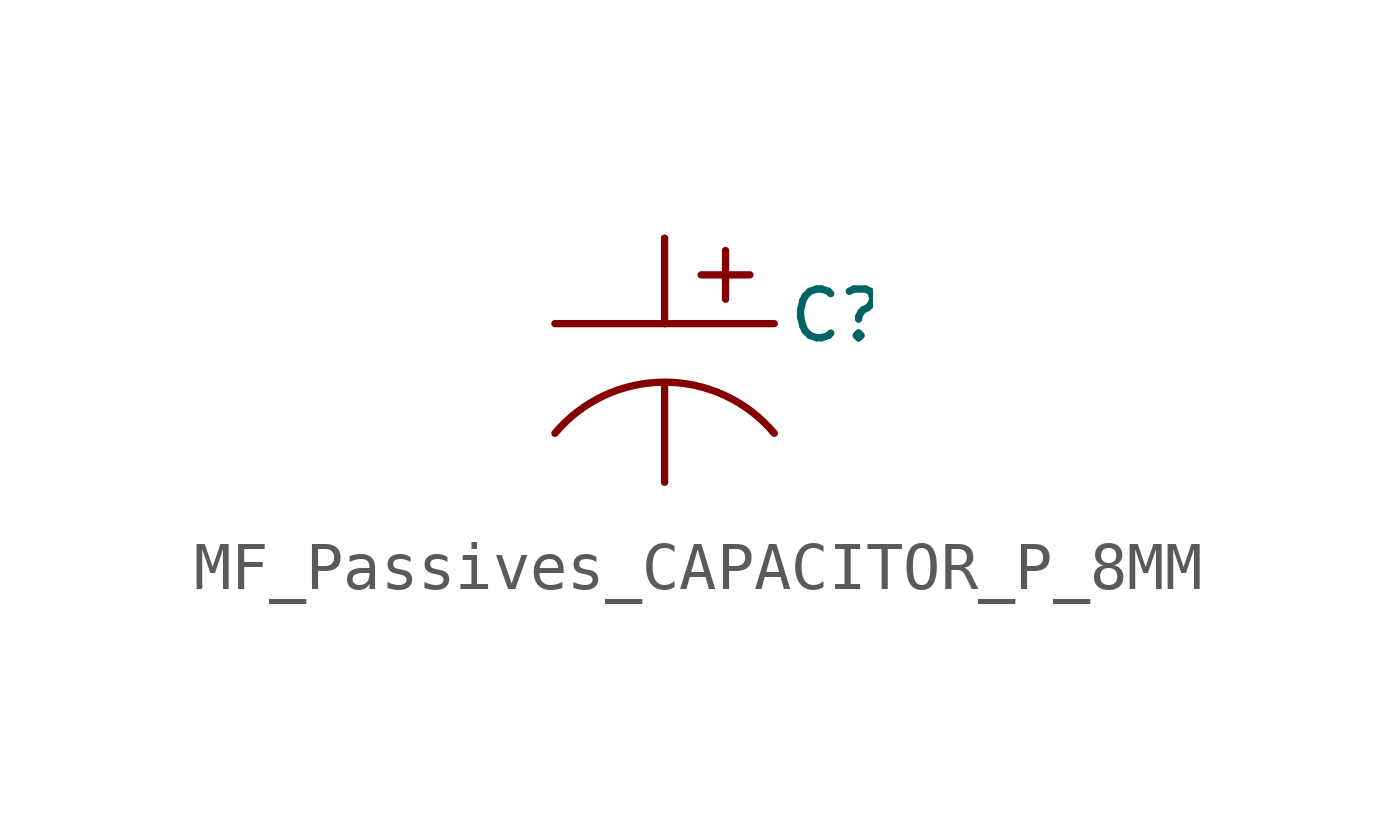
<source format=kicad_sym>
(kicad_symbol_lib
  (version 20220914)
  (generator kicad_symbol_editor)
  (symbol "MF_Passives_CAPACITOR_P_8MM"
    (property "Reference" "C"
      (at 2.54 1.524 0)
      (effects (font (size 1.016 1.016)) (justify left top)))
    (property "Value" ""
      (at 2.54 -1.524 0)
      (effects (font (size 1.016 1.016)) (justify left bottom)))
    (property "ki_locked" ""
      (at 0 0 0)
      (effects (font (size 1.27 1.27))))
    (symbol "MF_Passives_CAPACITOR_P_8MM_1_0"
      (polyline (pts (xy -2.286 0.762) (xy 0 0.762)) (stroke (width 0.152) (type solid)) (fill (type none)))
      (polyline (pts (xy 0 -2.54) (xy 0 -0.508)) (stroke (width 0.152) (type solid)) (fill (type none)))
      (polyline (pts (xy 0 0.762) (xy 2.286 0.762)) (stroke (width 0.152) (type solid)) (fill (type none)))
      (polyline (pts (xy 0 2.54) (xy 0 0.762)) (stroke (width 0.152) (type solid)) (fill (type none)))
      (polyline (pts (xy 1.27 2.286) (xy 1.27 1.27)) (stroke (width 0.152) (type solid)) (fill (type none)))
      (polyline (pts (xy 1.778 1.778) (xy 0.762 1.778)) (stroke (width 0.152) (type solid)) (fill (type none)))
      (arc (start 2.2859 -1.5239) (mid -0.0001 -0.458) (end -2.286 -1.524) (stroke (width 0.1524) (type solid)) (fill (type none)))
      (pin passive line (at 0 2.54 270) (length 0) (name "P$1" (effects (font (size 0 0)))) (number "P$1" (effects (font (size 0 0)))))
      (pin passive line (at 0 -2.54 90) (length 0) (name "P$2" (effects (font (size 0 0)))) (number "P$2" (effects (font (size 0 0))))))))
</source>
